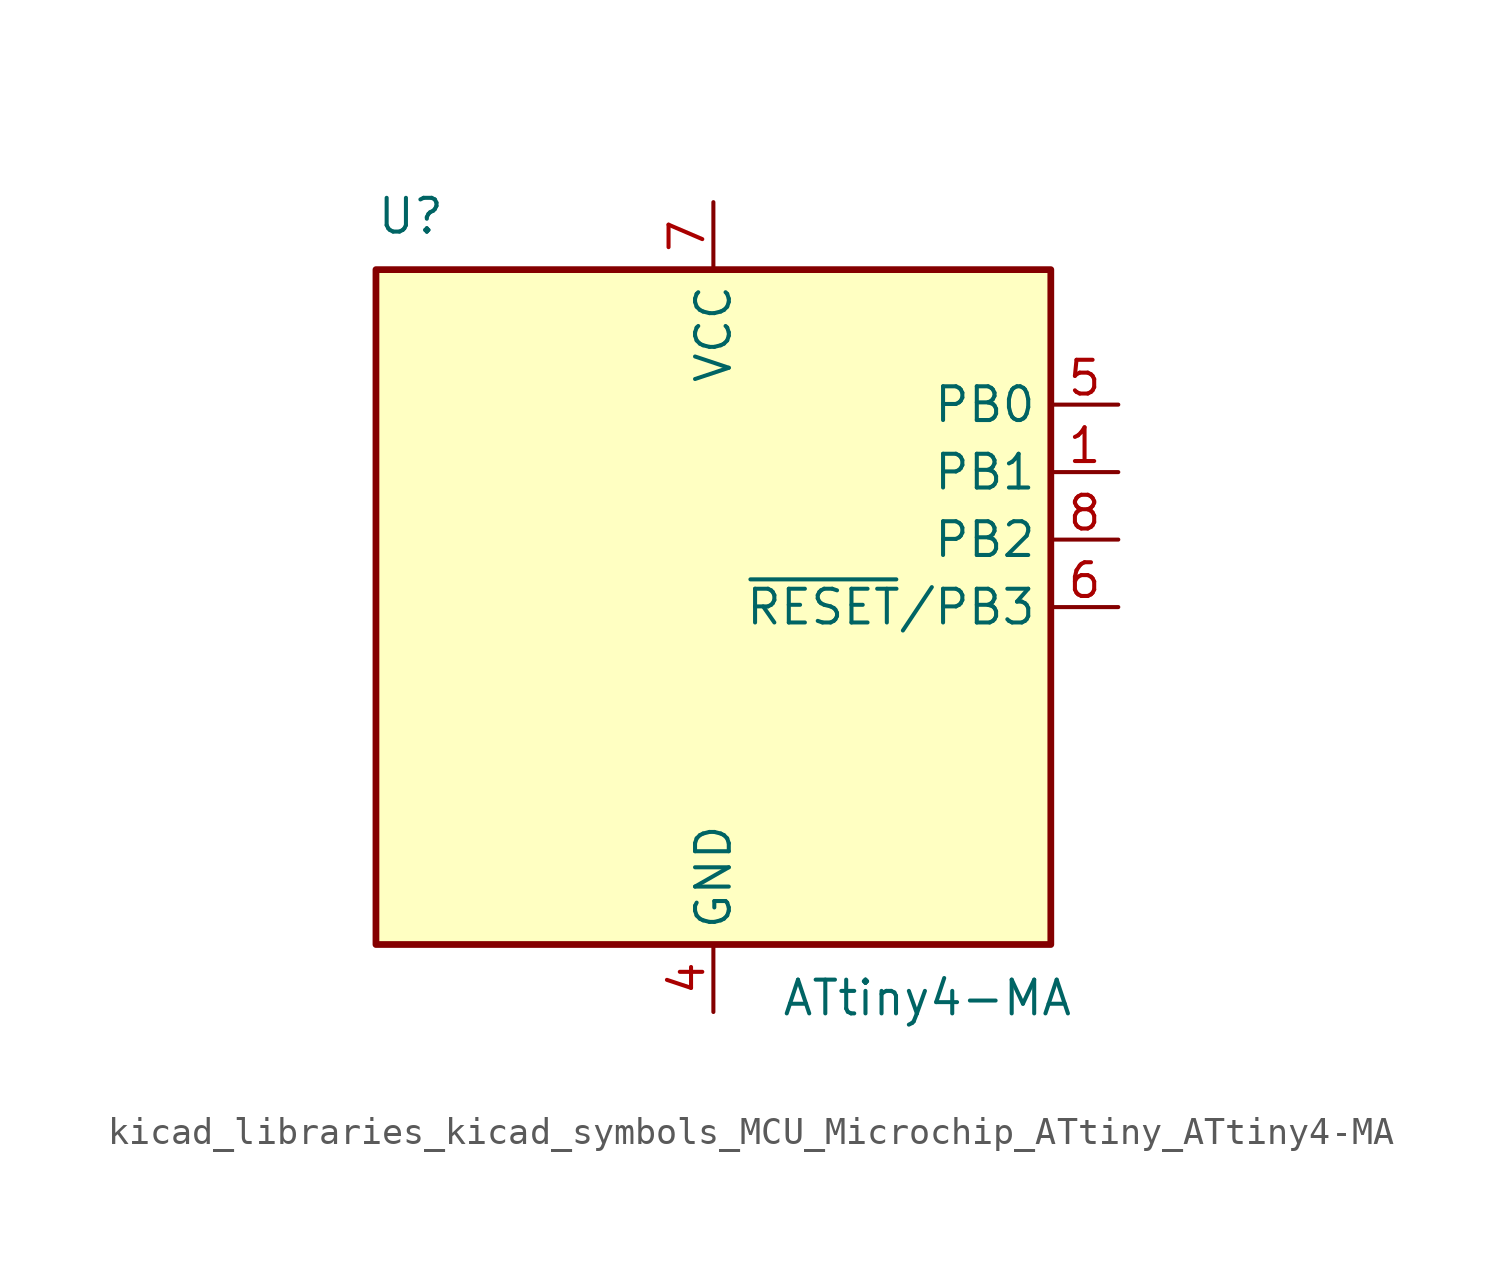
<source format=kicad_sym>
(kicad_symbol_lib
  (version 20220914)
  (generator kicad_symbol_editor)
  (symbol "kicad_libraries_kicad_symbols_MCU_Microchip_ATtiny_ATtiny4-MA"
    (property "Reference" "U"
      (at -12.7 13.97 0)
      (effects (font (size 1.27 1.27)) (justify left bottom)))
    (property "Value" "ATtiny4-MA"
      (at 2.54 -13.97 0)
      (effects (font (size 1.27 1.27)) (justify left top)))
    (symbol "kicad_libraries_kicad_symbols_MCU_Microchip_ATtiny_ATtiny4-MA_0_1"
      (rectangle (start -12.7 -12.7) (end 12.7 12.7) (stroke (width 0.254) (type default)) (fill (type background))))
    (symbol "kicad_libraries_kicad_symbols_MCU_Microchip_ATtiny_ATtiny4-MA_1_1"
      (pin bidirectional line (at 15.24 5.08 180) (length 2.54) (name "PB1" (effects (font (size 1.27 1.27)))) (number "1" (effects (font (size 1.27 1.27)))))
      (pin no_connect line (at -12.7 7.62 0) (length 2.54) hide (name "NC" (effects (font (size 1.27 1.27)))) (number "2" (effects (font (size 1.27 1.27)))))
      (pin no_connect line (at -12.7 5.08 0) (length 2.54) hide (name "NC" (effects (font (size 1.27 1.27)))) (number "3" (effects (font (size 1.27 1.27)))))
      (pin power_in line (at 0 -15.24 90) (length 2.54) (name "GND" (effects (font (size 1.27 1.27)))) (number "4" (effects (font (size 1.27 1.27)))))
      (pin bidirectional line (at 15.24 7.62 180) (length 2.54) (name "PB0" (effects (font (size 1.27 1.27)))) (number "5" (effects (font (size 1.27 1.27)))))
      (pin bidirectional line (at 15.24 0 180) (length 2.54) (name "~{RESET}/PB3" (effects (font (size 1.27 1.27)))) (number "6" (effects (font (size 1.27 1.27)))))
      (pin power_in line (at 0 15.24 270) (length 2.54) (name "VCC" (effects (font (size 1.27 1.27)))) (number "7" (effects (font (size 1.27 1.27)))))
      (pin bidirectional line (at 15.24 2.54 180) (length 2.54) (name "PB2" (effects (font (size 1.27 1.27)))) (number "8" (effects (font (size 1.27 1.27))))))))
</source>
